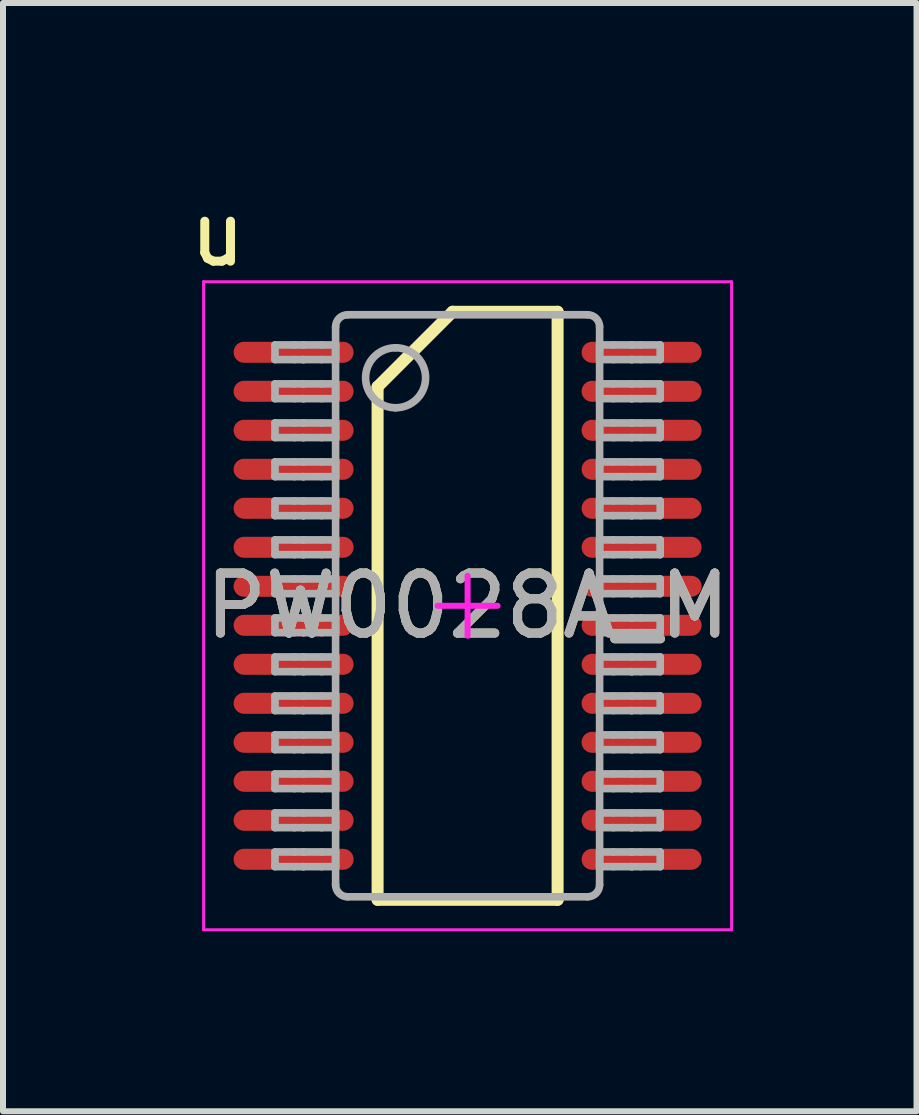
<source format=kicad_pcb>
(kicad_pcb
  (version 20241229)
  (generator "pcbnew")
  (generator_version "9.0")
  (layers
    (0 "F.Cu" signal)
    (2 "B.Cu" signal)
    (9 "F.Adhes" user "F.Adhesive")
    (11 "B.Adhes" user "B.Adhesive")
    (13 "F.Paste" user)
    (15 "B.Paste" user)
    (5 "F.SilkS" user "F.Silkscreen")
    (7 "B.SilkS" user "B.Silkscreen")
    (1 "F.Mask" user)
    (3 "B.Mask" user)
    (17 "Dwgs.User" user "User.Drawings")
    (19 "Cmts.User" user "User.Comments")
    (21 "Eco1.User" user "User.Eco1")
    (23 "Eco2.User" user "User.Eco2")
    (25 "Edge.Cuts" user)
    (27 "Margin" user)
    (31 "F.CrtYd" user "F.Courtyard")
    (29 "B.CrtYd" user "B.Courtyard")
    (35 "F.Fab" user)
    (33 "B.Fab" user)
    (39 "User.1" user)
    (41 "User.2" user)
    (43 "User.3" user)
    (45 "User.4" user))
  (footprint "PW0028A_M"
    (layer "F.Cu")
    (at 4.743 7.046)
    (property "Reference" "PW0028A_M" (at 0 0 0) (unlocked yes) (layer "F.SilkS") (effects (font (size 1 1) (thickness 0.15))))
    (attr smd)
    (fp_line (start -1.5 -3.65) (end -0.25 -4.9) (stroke (width 0.2) (type solid)) (layer "F.SilkS"))
    (fp_line (start -1.5 4.9) (end -1.5 -3.65) (stroke (width 0.2) (type solid)) (layer "F.SilkS"))
    (fp_line (start -1.5 4.9) (end 1.5 4.9) (stroke (width 0.2) (type solid)) (layer "F.SilkS"))
    (fp_line (start -0.25 -4.9) (end 1.5 -4.9) (stroke (width 0.2) (type solid)) (layer "F.SilkS"))
    (fp_line (start 1.5 4.9) (end 1.5 -4.9) (stroke (width 0.2) (type solid)) (layer "F.SilkS"))
    (fp_line (start -4.4 -5.4) (end 4.4 -5.4) (stroke (width 0.05) (type solid)) (layer "F.CrtYd"))
    (fp_line (start -4.4 5.4) (end -4.4 -5.4) (stroke (width 0.05) (type solid)) (layer "F.CrtYd"))
    (fp_line (start -4.4 5.4) (end 4.4 5.4) (stroke (width 0.05) (type solid)) (layer "F.CrtYd"))
    (fp_line (start -0.5 0) (end 0.5 0) (stroke (width 0.1) (type solid)) (layer "F.CrtYd"))
    (fp_line (start 0 0.5) (end 0 -0.5) (stroke (width 0.1) (type solid)) (layer "F.CrtYd"))
    (fp_line (start 4.4 5.4) (end 4.4 -5.4) (stroke (width 0.05) (type solid)) (layer "F.CrtYd"))
    (fp_line (start -3.21 -4.347) (end -2.887 -4.347) (stroke (width 0.127) (type solid)) (layer "F.Fab"))
    (fp_line (start -3.21 -4.103) (end -3.21 -4.347) (stroke (width 0.127) (type solid)) (layer "F.Fab"))
    (fp_line (start -3.21 -4.103) (end -2.887 -4.103) (stroke (width 0.127) (type solid)) (layer "F.Fab"))
    (fp_line (start -3.21 -3.698) (end -2.887 -3.698) (stroke (width 0.127) (type solid)) (layer "F.Fab"))
    (fp_line (start -3.21 -3.452) (end -3.21 -3.698) (stroke (width 0.127) (type solid)) (layer "F.Fab"))
    (fp_line (start -3.21 -3.452) (end -2.887 -3.452) (stroke (width 0.127) (type solid)) (layer "F.Fab"))
    (fp_line (start -3.21 -3.047) (end -2.887 -3.047) (stroke (width 0.127) (type solid)) (layer "F.Fab"))
    (fp_line (start -3.21 -2.803) (end -3.21 -3.047) (stroke (width 0.127) (type solid)) (layer "F.Fab"))
    (fp_line (start -3.21 -2.803) (end -2.887 -2.803) (stroke (width 0.127) (type solid)) (layer "F.Fab"))
    (fp_line (start -3.21 -2.398) (end -2.887 -2.398) (stroke (width 0.127) (type solid)) (layer "F.Fab"))
    (fp_line (start -3.21 -2.152) (end -3.21 -2.398) (stroke (width 0.127) (type solid)) (layer "F.Fab"))
    (fp_line (start -3.21 -2.152) (end -2.887 -2.152) (stroke (width 0.127) (type solid)) (layer "F.Fab"))
    (fp_line (start -3.21 -1.747) (end -2.887 -1.747) (stroke (width 0.127) (type solid)) (layer "F.Fab"))
    (fp_line (start -3.21 -1.502) (end -3.21 -1.747) (stroke (width 0.127) (type solid)) (layer "F.Fab"))
    (fp_line (start -3.21 -1.502) (end -2.887 -1.502) (stroke (width 0.127) (type solid)) (layer "F.Fab"))
    (fp_line (start -3.21 -1.098) (end -2.887 -1.098) (stroke (width 0.127) (type solid)) (layer "F.Fab"))
    (fp_line (start -3.21 -0.852) (end -3.21 -1.098) (stroke (width 0.127) (type solid)) (layer "F.Fab"))
    (fp_line (start -3.21 -0.852) (end -2.887 -0.852) (stroke (width 0.127) (type solid)) (layer "F.Fab"))
    (fp_line (start -3.21 -0.447) (end -2.887 -0.447) (stroke (width 0.127) (type solid)) (layer "F.Fab"))
    (fp_line (start -3.21 -0.202) (end -3.21 -0.447) (stroke (width 0.127) (type solid)) (layer "F.Fab"))
    (fp_line (start -3.21 -0.202) (end -2.887 -0.202) (stroke (width 0.127) (type solid)) (layer "F.Fab"))
    (fp_line (start -3.21 0.203) (end -2.887 0.203) (stroke (width 0.127) (type solid)) (layer "F.Fab"))
    (fp_line (start -3.21 0.448) (end -3.21 0.203) (stroke (width 0.127) (type solid)) (layer "F.Fab"))
    (fp_line (start -3.21 0.448) (end -2.887 0.448) (stroke (width 0.127) (type solid)) (layer "F.Fab"))
    (fp_line (start -3.21 0.853) (end -2.887 0.853) (stroke (width 0.127) (type solid)) (layer "F.Fab"))
    (fp_line (start -3.21 1.098) (end -3.21 0.853) (stroke (width 0.127) (type solid)) (layer "F.Fab"))
    (fp_line (start -3.21 1.098) (end -2.887 1.098) (stroke (width 0.127) (type solid)) (layer "F.Fab"))
    (fp_line (start -3.21 1.503) (end -2.887 1.503) (stroke (width 0.127) (type solid)) (layer "F.Fab"))
    (fp_line (start -3.21 1.747) (end -3.21 1.503) (stroke (width 0.127) (type solid)) (layer "F.Fab"))
    (fp_line (start -3.21 1.747) (end -2.887 1.747) (stroke (width 0.127) (type solid)) (layer "F.Fab"))
    (fp_line (start -3.21 2.152) (end -2.887 2.152) (stroke (width 0.127) (type solid)) (layer "F.Fab"))
    (fp_line (start -3.21 2.398) (end -3.21 2.152) (stroke (width 0.127) (type solid)) (layer "F.Fab"))
    (fp_line (start -3.21 2.398) (end -2.887 2.398) (stroke (width 0.127) (type solid)) (layer "F.Fab"))
    (fp_line (start -3.21 2.803) (end -2.887 2.803) (stroke (width 0.127) (type solid)) (layer "F.Fab"))
    (fp_line (start -3.21 3.047) (end -3.21 2.803) (stroke (width 0.127) (type solid)) (layer "F.Fab"))
    (fp_line (start -3.21 3.047) (end -2.887 3.047) (stroke (width 0.127) (type solid)) (layer "F.Fab"))
    (fp_line (start -3.21 3.452) (end -2.887 3.452) (stroke (width 0.127) (type solid)) (layer "F.Fab"))
    (fp_line (start -3.21 3.698) (end -3.21 3.452) (stroke (width 0.127) (type solid)) (layer "F.Fab"))
    (fp_line (start -3.21 3.698) (end -2.887 3.698) (stroke (width 0.127) (type solid)) (layer "F.Fab"))
    (fp_line (start -3.21 4.103) (end -2.887 4.103) (stroke (width 0.127) (type solid)) (layer "F.Fab"))
    (fp_line (start -3.21 4.348) (end -3.21 4.103) (stroke (width 0.127) (type solid)) (layer "F.Fab"))
    (fp_line (start -3.21 4.348) (end -2.887 4.348) (stroke (width 0.127) (type solid)) (layer "F.Fab"))
    (fp_line (start -2.887 -4.347) (end -2.739 -4.347) (stroke (width 0.127) (type solid)) (layer "F.Fab"))
    (fp_line (start -2.887 -4.103) (end -2.739 -4.103) (stroke (width 0.127) (type solid)) (layer "F.Fab"))
    (fp_line (start -2.887 -3.698) (end -2.739 -3.698) (stroke (width 0.127) (type solid)) (layer "F.Fab"))
    (fp_line (start -2.887 -3.452) (end -2.739 -3.452) (stroke (width 0.127) (type solid)) (layer "F.Fab"))
    (fp_line (start -2.887 -3.047) (end -2.739 -3.047) (stroke (width 0.127) (type solid)) (layer "F.Fab"))
    (fp_line (start -2.887 -2.803) (end -2.739 -2.803) (stroke (width 0.127) (type solid)) (layer "F.Fab"))
    (fp_line (start -2.887 -2.398) (end -2.739 -2.398) (stroke (width 0.127) (type solid)) (layer "F.Fab"))
    (fp_line (start -2.887 -2.152) (end -2.739 -2.152) (stroke (width 0.127) (type solid)) (layer "F.Fab"))
    (fp_line (start -2.887 -1.747) (end -2.739 -1.747) (stroke (width 0.127) (type solid)) (layer "F.Fab"))
    (fp_line (start -2.887 -1.502) (end -2.739 -1.502) (stroke (width 0.127) (type solid)) (layer "F.Fab"))
    (fp_line (start -2.887 -1.098) (end -2.739 -1.098) (stroke (width 0.127) (type solid)) (layer "F.Fab"))
    (fp_line (start -2.887 -0.852) (end -2.739 -0.852) (stroke (width 0.127) (type solid)) (layer "F.Fab"))
    (fp_line (start -2.887 -0.447) (end -2.739 -0.447) (stroke (width 0.127) (type solid)) (layer "F.Fab"))
    (fp_line (start -2.887 -0.202) (end -2.739 -0.202) (stroke (width 0.127) (type solid)) (layer "F.Fab"))
    (fp_line (start -2.887 0.203) (end -2.739 0.203) (stroke (width 0.127) (type solid)) (layer "F.Fab"))
    (fp_line (start -2.887 0.448) (end -2.739 0.448) (stroke (width 0.127) (type solid)) (layer "F.Fab"))
    (fp_line (start -2.887 0.853) (end -2.739 0.853) (stroke (width 0.127) (type solid)) (layer "F.Fab"))
    (fp_line (start -2.887 1.098) (end -2.739 1.098) (stroke (width 0.127) (type solid)) (layer "F.Fab"))
    (fp_line (start -2.887 1.503) (end -2.739 1.503) (stroke (width 0.127) (type solid)) (layer "F.Fab"))
    (fp_line (start -2.887 1.747) (end -2.739 1.747) (stroke (width 0.127) (type solid)) (layer "F.Fab"))
    (fp_line (start -2.887 2.152) (end -2.739 2.152) (stroke (width 0.127) (type solid)) (layer "F.Fab"))
    (fp_line (start -2.887 2.398) (end -2.739 2.398) (stroke (width 0.127) (type solid)) (layer "F.Fab"))
    (fp_line (start -2.887 2.803) (end -2.739 2.803) (stroke (width 0.127) (type solid)) (layer "F.Fab"))
    (fp_line (start -2.887 3.047) (end -2.739 3.047) (stroke (width 0.127) (type solid)) (layer "F.Fab"))
    (fp_line (start -2.887 3.452) (end -2.739 3.452) (stroke (width 0.127) (type solid)) (layer "F.Fab"))
    (fp_line (start -2.887 3.698) (end -2.739 3.698) (stroke (width 0.127) (type solid)) (layer "F.Fab"))
    (fp_line (start -2.887 4.103) (end -2.739 4.103) (stroke (width 0.127) (type solid)) (layer "F.Fab"))
    (fp_line (start -2.887 4.348) (end -2.739 4.348) (stroke (width 0.127) (type solid)) (layer "F.Fab"))
    (fp_line (start -2.739 -4.347) (end -2.733 -4.347) (stroke (width 0.127) (type solid)) (layer "F.Fab"))
    (fp_line (start -2.739 -4.103) (end -2.733 -4.103) (stroke (width 0.127) (type solid)) (layer "F.Fab"))
    (fp_line (start -2.739 -3.698) (end -2.733 -3.698) (stroke (width 0.127) (type solid)) (layer "F.Fab"))
    (fp_line (start -2.739 -3.452) (end -2.733 -3.452) (stroke (width 0.127) (type solid)) (layer "F.Fab"))
    (fp_line (start -2.739 -3.047) (end -2.733 -3.047) (stroke (width 0.127) (type solid)) (layer "F.Fab"))
    (fp_line (start -2.739 -2.803) (end -2.733 -2.803) (stroke (width 0.127) (type solid)) (layer "F.Fab"))
    (fp_line (start -2.739 -2.398) (end -2.733 -2.398) (stroke (width 0.127) (type solid)) (layer "F.Fab"))
    (fp_line (start -2.739 -2.152) (end -2.733 -2.152) (stroke (width 0.127) (type solid)) (layer "F.Fab"))
    (fp_line (start -2.739 -1.747) (end -2.733 -1.747) (stroke (width 0.127) (type solid)) (layer "F.Fab"))
    (fp_line (start -2.739 -1.502) (end -2.733 -1.502) (stroke (width 0.127) (type solid)) (layer "F.Fab"))
    (fp_line (start -2.739 -1.098) (end -2.733 -1.098) (stroke (width 0.127) (type solid)) (layer "F.Fab"))
    (fp_line (start -2.739 -0.852) (end -2.733 -0.852) (stroke (width 0.127) (type solid)) (layer "F.Fab"))
    (fp_line (start -2.739 -0.447) (end -2.733 -0.447) (stroke (width 0.127) (type solid)) (layer "F.Fab"))
    (fp_line (start -2.739 -0.202) (end -2.733 -0.202) (stroke (width 0.127) (type solid)) (layer "F.Fab"))
    (fp_line (start -2.739 0.203) (end -2.733 0.203) (stroke (width 0.127) (type solid)) (layer "F.Fab"))
    (fp_line (start -2.739 0.448) (end -2.733 0.448) (stroke (width 0.127) (type solid)) (layer "F.Fab"))
    (fp_line (start -2.739 0.853) (end -2.733 0.853) (stroke (width 0.127) (type solid)) (layer "F.Fab"))
    (fp_line (start -2.739 1.098) (end -2.733 1.098) (stroke (width 0.127) (type solid)) (layer "F.Fab"))
    (fp_line (start -2.739 1.503) (end -2.733 1.503) (stroke (width 0.127) (type solid)) (layer "F.Fab"))
    (fp_line (start -2.739 1.747) (end -2.733 1.747) (stroke (width 0.127) (type solid)) (layer "F.Fab"))
    (fp_line (start -2.739 2.152) (end -2.733 2.152) (stroke (width 0.127) (type solid)) (layer "F.Fab"))
    (fp_line (start -2.739 2.398) (end -2.733 2.398) (stroke (width 0.127) (type solid)) (layer "F.Fab"))
    (fp_line (start -2.739 2.803) (end -2.733 2.803) (stroke (width 0.127) (type solid)) (layer "F.Fab"))
    (fp_line (start -2.739 3.047) (end -2.733 3.047) (stroke (width 0.127) (type solid)) (layer "F.Fab"))
    (fp_line (start -2.739 3.452) (end -2.733 3.452) (stroke (width 0.127) (type solid)) (layer "F.Fab"))
    (fp_line (start -2.739 3.698) (end -2.733 3.698) (stroke (width 0.127) (type solid)) (layer "F.Fab"))
    (fp_line (start -2.739 4.103) (end -2.733 4.103) (stroke (width 0.127) (type solid)) (layer "F.Fab"))
    (fp_line (start -2.739 4.348) (end -2.733 4.348) (stroke (width 0.127) (type solid)) (layer "F.Fab"))
    (fp_line (start -2.733 -4.347) (end -2.431 -4.347) (stroke (width 0.127) (type solid)) (layer "F.Fab"))
    (fp_line (start -2.733 -4.103) (end -2.431 -4.103) (stroke (width 0.127) (type solid)) (layer "F.Fab"))
    (fp_line (start -2.733 -3.698) (end -2.431 -3.698) (stroke (width 0.127) (type solid)) (layer "F.Fab"))
    (fp_line (start -2.733 -3.452) (end -2.431 -3.452) (stroke (width 0.127) (type solid)) (layer "F.Fab"))
    (fp_line (start -2.733 -3.047) (end -2.431 -3.047) (stroke (width 0.127) (type solid)) (layer "F.Fab"))
    (fp_line (start -2.733 -2.803) (end -2.431 -2.803) (stroke (width 0.127) (type solid)) (layer "F.Fab"))
    (fp_line (start -2.733 -2.398) (end -2.431 -2.398) (stroke (width 0.127) (type solid)) (layer "F.Fab"))
    (fp_line (start -2.733 -2.152) (end -2.431 -2.152) (stroke (width 0.127) (type solid)) (layer "F.Fab"))
    (fp_line (start -2.733 -1.747) (end -2.431 -1.747) (stroke (width 0.127) (type solid)) (layer "F.Fab"))
    (fp_line (start -2.733 -1.502) (end -2.431 -1.502) (stroke (width 0.127) (type solid)) (layer "F.Fab"))
    (fp_line (start -2.733 -1.098) (end -2.431 -1.098) (stroke (width 0.127) (type solid)) (layer "F.Fab"))
    (fp_line (start -2.733 -0.852) (end -2.431 -0.852) (stroke (width 0.127) (type solid)) (layer "F.Fab"))
    (fp_line (start -2.733 -0.447) (end -2.431 -0.447) (stroke (width 0.127) (type solid)) (layer "F.Fab"))
    (fp_line (start -2.733 -0.202) (end -2.431 -0.202) (stroke (width 0.127) (type solid)) (layer "F.Fab"))
    (fp_line (start -2.733 0.203) (end -2.431 0.203) (stroke (width 0.127) (type solid)) (layer "F.Fab"))
    (fp_line (start -2.733 0.448) (end -2.431 0.448) (stroke (width 0.127) (type solid)) (layer "F.Fab"))
    (fp_line (start -2.733 0.853) (end -2.431 0.853) (stroke (width 0.127) (type solid)) (layer "F.Fab"))
    (fp_line (start -2.733 1.098) (end -2.431 1.098) (stroke (width 0.127) (type solid)) (layer "F.Fab"))
    (fp_line (start -2.733 1.503) (end -2.431 1.503) (stroke (width 0.127) (type solid)) (layer "F.Fab"))
    (fp_line (start -2.733 1.747) (end -2.431 1.747) (stroke (width 0.127) (type solid)) (layer "F.Fab"))
    (fp_line (start -2.733 2.152) (end -2.431 2.152) (stroke (width 0.127) (type solid)) (layer "F.Fab"))
    (fp_line (start -2.733 2.398) (end -2.431 2.398) (stroke (width 0.127) (type solid)) (layer "F.Fab"))
    (fp_line (start -2.733 2.803) (end -2.431 2.803) (stroke (width 0.127) (type solid)) (layer "F.Fab"))
    (fp_line (start -2.733 3.047) (end -2.431 3.047) (stroke (width 0.127) (type solid)) (layer "F.Fab"))
    (fp_line (start -2.733 3.452) (end -2.431 3.452) (stroke (width 0.127) (type solid)) (layer "F.Fab"))
    (fp_line (start -2.733 3.698) (end -2.431 3.698) (stroke (width 0.127) (type solid)) (layer "F.Fab"))
    (fp_line (start -2.733 4.103) (end -2.431 4.103) (stroke (width 0.127) (type solid)) (layer "F.Fab"))
    (fp_line (start -2.733 4.348) (end -2.431 4.348) (stroke (width 0.127) (type solid)) (layer "F.Fab"))
    (fp_line (start -2.431 -4.347) (end -2.2 -4.347) (stroke (width 0.127) (type solid)) (layer "F.Fab"))
    (fp_line (start -2.431 -4.103) (end -2.2 -4.103) (stroke (width 0.127) (type solid)) (layer "F.Fab"))
    (fp_line (start -2.431 -3.698) (end -2.2 -3.698) (stroke (width 0.127) (type solid)) (layer "F.Fab"))
    (fp_line (start -2.431 -3.452) (end -2.2 -3.452) (stroke (width 0.127) (type solid)) (layer "F.Fab"))
    (fp_line (start -2.431 -3.047) (end -2.2 -3.047) (stroke (width 0.127) (type solid)) (layer "F.Fab"))
    (fp_line (start -2.431 -2.803) (end -2.2 -2.803) (stroke (width 0.127) (type solid)) (layer "F.Fab"))
    (fp_line (start -2.431 -2.398) (end -2.2 -2.398) (stroke (width 0.127) (type solid)) (layer "F.Fab"))
    (fp_line (start -2.431 -2.152) (end -2.2 -2.152) (stroke (width 0.127) (type solid)) (layer "F.Fab"))
    (fp_line (start -2.431 -1.747) (end -2.2 -1.747) (stroke (width 0.127) (type solid)) (layer "F.Fab"))
    (fp_line (start -2.431 -1.502) (end -2.2 -1.502) (stroke (width 0.127) (type solid)) (layer "F.Fab"))
    (fp_line (start -2.431 -1.098) (end -2.2 -1.098) (stroke (width 0.127) (type solid)) (layer "F.Fab"))
    (fp_line (start -2.431 -0.852) (end -2.2 -0.852) (stroke (width 0.127) (type solid)) (layer "F.Fab"))
    (fp_line (start -2.431 -0.447) (end -2.2 -0.447) (stroke (width 0.127) (type solid)) (layer "F.Fab"))
    (fp_line (start -2.431 -0.202) (end -2.2 -0.202) (stroke (width 0.127) (type solid)) (layer "F.Fab"))
    (fp_line (start -2.431 0.203) (end -2.2 0.203) (stroke (width 0.127) (type solid)) (layer "F.Fab"))
    (fp_line (start -2.431 0.448) (end -2.2 0.448) (stroke (width 0.127) (type solid)) (layer "F.Fab"))
    (fp_line (start -2.431 0.853) (end -2.2 0.853) (stroke (width 0.127) (type solid)) (layer "F.Fab"))
    (fp_line (start -2.431 1.098) (end -2.2 1.098) (stroke (width 0.127) (type solid)) (layer "F.Fab"))
    (fp_line (start -2.431 1.503) (end -2.2 1.503) (stroke (width 0.127) (type solid)) (layer "F.Fab"))
    (fp_line (start -2.431 1.747) (end -2.2 1.747) (stroke (width 0.127) (type solid)) (layer "F.Fab"))
    (fp_line (start -2.431 2.152) (end -2.2 2.152) (stroke (width 0.127) (type solid)) (layer "F.Fab"))
    (fp_line (start -2.431 2.398) (end -2.2 2.398) (stroke (width 0.127) (type solid)) (layer "F.Fab"))
    (fp_line (start -2.431 2.803) (end -2.2 2.803) (stroke (width 0.127) (type solid)) (layer "F.Fab"))
    (fp_line (start -2.431 3.047) (end -2.2 3.047) (stroke (width 0.127) (type solid)) (layer "F.Fab"))
    (fp_line (start -2.431 3.452) (end -2.2 3.452) (stroke (width 0.127) (type solid)) (layer "F.Fab"))
    (fp_line (start -2.431 3.698) (end -2.2 3.698) (stroke (width 0.127) (type solid)) (layer "F.Fab"))
    (fp_line (start -2.431 4.103) (end -2.2 4.103) (stroke (width 0.127) (type solid)) (layer "F.Fab"))
    (fp_line (start -2.431 4.348) (end -2.2 4.348) (stroke (width 0.127) (type solid)) (layer "F.Fab"))
    (fp_line (start -2.2 -4.103) (end -2.2 -4.347) (stroke (width 0.127) (type solid)) (layer "F.Fab"))
    (fp_line (start -2.2 -3.452) (end -2.2 -3.698) (stroke (width 0.127) (type solid)) (layer "F.Fab"))
    (fp_line (start -2.2 -2.803) (end -2.2 -3.047) (stroke (width 0.127) (type solid)) (layer "F.Fab"))
    (fp_line (start -2.2 -2.152) (end -2.2 -2.398) (stroke (width 0.127) (type solid)) (layer "F.Fab"))
    (fp_line (start -2.2 -1.502) (end -2.2 -1.747) (stroke (width 0.127) (type solid)) (layer "F.Fab"))
    (fp_line (start -2.2 -0.852) (end -2.2 -1.098) (stroke (width 0.127) (type solid)) (layer "F.Fab"))
    (fp_line (start -2.2 -0.202) (end -2.2 -0.447) (stroke (width 0.127) (type solid)) (layer "F.Fab"))
    (fp_line (start -2.2 0.448) (end -2.2 0.203) (stroke (width 0.127) (type solid)) (layer "F.Fab"))
    (fp_line (start -2.2 1.098) (end -2.2 0.853) (stroke (width 0.127) (type solid)) (layer "F.Fab"))
    (fp_line (start -2.2 1.747) (end -2.2 1.503) (stroke (width 0.127) (type solid)) (layer "F.Fab"))
    (fp_line (start -2.2 2.398) (end -2.2 2.152) (stroke (width 0.127) (type solid)) (layer "F.Fab"))
    (fp_line (start -2.2 3.047) (end -2.2 2.803) (stroke (width 0.127) (type solid)) (layer "F.Fab"))
    (fp_line (start -2.2 3.698) (end -2.2 3.452) (stroke (width 0.127) (type solid)) (layer "F.Fab"))
    (fp_line (start -2.2 4.348) (end -2.2 4.103) (stroke (width 0.127) (type solid)) (layer "F.Fab"))
    (fp_line (start -2.2 4.65) (end -2.2 -4.65) (stroke (width 0.127) (type solid)) (layer "F.Fab"))
    (fp_line (start -2 -4.85) (end 2 -4.85) (stroke (width 0.127) (type solid)) (layer "F.Fab"))
    (fp_line (start -2 4.85) (end 2 4.85) (stroke (width 0.127) (type solid)) (layer "F.Fab"))
    (fp_line (start 2.2 -4.347) (end 2.43 -4.347) (stroke (width 0.127) (type solid)) (layer "F.Fab"))
    (fp_line (start 2.2 -4.103) (end 2.2 -4.347) (stroke (width 0.127) (type solid)) (layer "F.Fab"))
    (fp_line (start 2.2 -4.103) (end 2.43 -4.103) (stroke (width 0.127) (type solid)) (layer "F.Fab"))
    (fp_line (start 2.2 -3.698) (end 2.43 -3.698) (stroke (width 0.127) (type solid)) (layer "F.Fab"))
    (fp_line (start 2.2 -3.452) (end 2.2 -3.698) (stroke (width 0.127) (type solid)) (layer "F.Fab"))
    (fp_line (start 2.2 -3.452) (end 2.43 -3.452) (stroke (width 0.127) (type solid)) (layer "F.Fab"))
    (fp_line (start 2.2 -3.047) (end 2.43 -3.047) (stroke (width 0.127) (type solid)) (layer "F.Fab"))
    (fp_line (start 2.2 -2.803) (end 2.2 -3.047) (stroke (width 0.127) (type solid)) (layer "F.Fab"))
    (fp_line (start 2.2 -2.803) (end 2.43 -2.803) (stroke (width 0.127) (type solid)) (layer "F.Fab"))
    (fp_line (start 2.2 -2.398) (end 2.43 -2.398) (stroke (width 0.127) (type solid)) (layer "F.Fab"))
    (fp_line (start 2.2 -2.152) (end 2.2 -2.398) (stroke (width 0.127) (type solid)) (layer "F.Fab"))
    (fp_line (start 2.2 -2.152) (end 2.43 -2.152) (stroke (width 0.127) (type solid)) (layer "F.Fab"))
    (fp_line (start 2.2 -1.747) (end 2.43 -1.747) (stroke (width 0.127) (type solid)) (layer "F.Fab"))
    (fp_line (start 2.2 -1.502) (end 2.2 -1.747) (stroke (width 0.127) (type solid)) (layer "F.Fab"))
    (fp_line (start 2.2 -1.502) (end 2.43 -1.502) (stroke (width 0.127) (type solid)) (layer "F.Fab"))
    (fp_line (start 2.2 -1.098) (end 2.43 -1.098) (stroke (width 0.127) (type solid)) (layer "F.Fab"))
    (fp_line (start 2.2 -0.852) (end 2.2 -1.098) (stroke (width 0.127) (type solid)) (layer "F.Fab"))
    (fp_line (start 2.2 -0.852) (end 2.43 -0.852) (stroke (width 0.127) (type solid)) (layer "F.Fab"))
    (fp_line (start 2.2 -0.447) (end 2.43 -0.447) (stroke (width 0.127) (type solid)) (layer "F.Fab"))
    (fp_line (start 2.2 -0.202) (end 2.2 -0.447) (stroke (width 0.127) (type solid)) (layer "F.Fab"))
    (fp_line (start 2.2 -0.202) (end 2.43 -0.202) (stroke (width 0.127) (type solid)) (layer "F.Fab"))
    (fp_line (start 2.2 0.203) (end 2.43 0.203) (stroke (width 0.127) (type solid)) (layer "F.Fab"))
    (fp_line (start 2.2 0.448) (end 2.2 0.203) (stroke (width 0.127) (type solid)) (layer "F.Fab"))
    (fp_line (start 2.2 0.448) (end 2.43 0.448) (stroke (width 0.127) (type solid)) (layer "F.Fab"))
    (fp_line (start 2.2 0.853) (end 2.43 0.853) (stroke (width 0.127) (type solid)) (layer "F.Fab"))
    (fp_line (start 2.2 1.098) (end 2.2 0.853) (stroke (width 0.127) (type solid)) (layer "F.Fab"))
    (fp_line (start 2.2 1.098) (end 2.43 1.098) (stroke (width 0.127) (type solid)) (layer "F.Fab"))
    (fp_line (start 2.2 1.503) (end 2.43 1.503) (stroke (width 0.127) (type solid)) (layer "F.Fab"))
    (fp_line (start 2.2 1.747) (end 2.2 1.503) (stroke (width 0.127) (type solid)) (layer "F.Fab"))
    (fp_line (start 2.2 1.747) (end 2.43 1.747) (stroke (width 0.127) (type solid)) (layer "F.Fab"))
    (fp_line (start 2.2 2.152) (end 2.43 2.152) (stroke (width 0.127) (type solid)) (layer "F.Fab"))
    (fp_line (start 2.2 2.398) (end 2.2 2.152) (stroke (width 0.127) (type solid)) (layer "F.Fab"))
    (fp_line (start 2.2 2.398) (end 2.43 2.398) (stroke (width 0.127) (type solid)) (layer "F.Fab"))
    (fp_line (start 2.2 2.803) (end 2.43 2.803) (stroke (width 0.127) (type solid)) (layer "F.Fab"))
    (fp_line (start 2.2 3.047) (end 2.2 2.803) (stroke (width 0.127) (type solid)) (layer "F.Fab"))
    (fp_line (start 2.2 3.047) (end 2.43 3.047) (stroke (width 0.127) (type solid)) (layer "F.Fab"))
    (fp_line (start 2.2 3.452) (end 2.43 3.452) (stroke (width 0.127) (type solid)) (layer "F.Fab"))
    (fp_line (start 2.2 3.698) (end 2.2 3.452) (stroke (width 0.127) (type solid)) (layer "F.Fab"))
    (fp_line (start 2.2 3.698) (end 2.43 3.698) (stroke (width 0.127) (type solid)) (layer "F.Fab"))
    (fp_line (start 2.2 4.103) (end 2.43 4.103) (stroke (width 0.127) (type solid)) (layer "F.Fab"))
    (fp_line (start 2.2 4.348) (end 2.2 4.103) (stroke (width 0.127) (type solid)) (layer "F.Fab"))
    (fp_line (start 2.2 4.348) (end 2.43 4.348) (stroke (width 0.127) (type solid)) (layer "F.Fab"))
    (fp_line (start 2.2 4.65) (end 2.2 -4.65) (stroke (width 0.127) (type solid)) (layer "F.Fab"))
    (fp_line (start 2.43 -4.347) (end 2.733 -4.347) (stroke (width 0.127) (type solid)) (layer "F.Fab"))
    (fp_line (start 2.43 -4.103) (end 2.733 -4.103) (stroke (width 0.127) (type solid)) (layer "F.Fab"))
    (fp_line (start 2.43 -3.698) (end 2.733 -3.698) (stroke (width 0.127) (type solid)) (layer "F.Fab"))
    (fp_line (start 2.43 -3.452) (end 2.733 -3.452) (stroke (width 0.127) (type solid)) (layer "F.Fab"))
    (fp_line (start 2.43 -3.047) (end 2.733 -3.047) (stroke (width 0.127) (type solid)) (layer "F.Fab"))
    (fp_line (start 2.43 -2.803) (end 2.733 -2.803) (stroke (width 0.127) (type solid)) (layer "F.Fab"))
    (fp_line (start 2.43 -2.398) (end 2.733 -2.398) (stroke (width 0.127) (type solid)) (layer "F.Fab"))
    (fp_line (start 2.43 -2.152) (end 2.733 -2.152) (stroke (width 0.127) (type solid)) (layer "F.Fab"))
    (fp_line (start 2.43 -1.747) (end 2.733 -1.747) (stroke (width 0.127) (type solid)) (layer "F.Fab"))
    (fp_line (start 2.43 -1.502) (end 2.733 -1.502) (stroke (width 0.127) (type solid)) (layer "F.Fab"))
    (fp_line (start 2.43 -1.098) (end 2.733 -1.098) (stroke (width 0.127) (type solid)) (layer "F.Fab"))
    (fp_line (start 2.43 -0.852) (end 2.733 -0.852) (stroke (width 0.127) (type solid)) (layer "F.Fab"))
    (fp_line (start 2.43 -0.447) (end 2.733 -0.447) (stroke (width 0.127) (type solid)) (layer "F.Fab"))
    (fp_line (start 2.43 -0.202) (end 2.733 -0.202) (stroke (width 0.127) (type solid)) (layer "F.Fab"))
    (fp_line (start 2.43 0.203) (end 2.733 0.203) (stroke (width 0.127) (type solid)) (layer "F.Fab"))
    (fp_line (start 2.43 0.448) (end 2.733 0.448) (stroke (width 0.127) (type solid)) (layer "F.Fab"))
    (fp_line (start 2.43 0.853) (end 2.733 0.853) (stroke (width 0.127) (type solid)) (layer "F.Fab"))
    (fp_line (start 2.43 1.098) (end 2.733 1.098) (stroke (width 0.127) (type solid)) (layer "F.Fab"))
    (fp_line (start 2.43 1.503) (end 2.733 1.503) (stroke (width 0.127) (type solid)) (layer "F.Fab"))
    (fp_line (start 2.43 1.747) (end 2.733 1.747) (stroke (width 0.127) (type solid)) (layer "F.Fab"))
    (fp_line (start 2.43 2.152) (end 2.733 2.152) (stroke (width 0.127) (type solid)) (layer "F.Fab"))
    (fp_line (start 2.43 2.398) (end 2.733 2.398) (stroke (width 0.127) (type solid)) (layer "F.Fab"))
    (fp_line (start 2.43 2.803) (end 2.733 2.803) (stroke (width 0.127) (type solid)) (layer "F.Fab"))
    (fp_line (start 2.43 3.047) (end 2.733 3.047) (stroke (width 0.127) (type solid)) (layer "F.Fab"))
    (fp_line (start 2.43 3.452) (end 2.733 3.452) (stroke (width 0.127) (type solid)) (layer "F.Fab"))
    (fp_line (start 2.43 3.698) (end 2.733 3.698) (stroke (width 0.127) (type solid)) (layer "F.Fab"))
    (fp_line (start 2.43 4.103) (end 2.733 4.103) (stroke (width 0.127) (type solid)) (layer "F.Fab"))
    (fp_line (start 2.43 4.348) (end 2.733 4.348) (stroke (width 0.127) (type solid)) (layer "F.Fab"))
    (fp_line (start 2.733 -4.347) (end 2.739 -4.347) (stroke (width 0.127) (type solid)) (layer "F.Fab"))
    (fp_line (start 2.733 -4.103) (end 2.739 -4.103) (stroke (width 0.127) (type solid)) (layer "F.Fab"))
    (fp_line (start 2.733 -3.698) (end 2.739 -3.698) (stroke (width 0.127) (type solid)) (layer "F.Fab"))
    (fp_line (start 2.733 -3.452) (end 2.739 -3.452) (stroke (width 0.127) (type solid)) (layer "F.Fab"))
    (fp_line (start 2.733 -3.047) (end 2.739 -3.047) (stroke (width 0.127) (type solid)) (layer "F.Fab"))
    (fp_line (start 2.733 -2.803) (end 2.739 -2.803) (stroke (width 0.127) (type solid)) (layer "F.Fab"))
    (fp_line (start 2.733 -2.398) (end 2.739 -2.398) (stroke (width 0.127) (type solid)) (layer "F.Fab"))
    (fp_line (start 2.733 -2.152) (end 2.739 -2.152) (stroke (width 0.127) (type solid)) (layer "F.Fab"))
    (fp_line (start 2.733 -1.747) (end 2.739 -1.747) (stroke (width 0.127) (type solid)) (layer "F.Fab"))
    (fp_line (start 2.733 -1.502) (end 2.739 -1.502) (stroke (width 0.127) (type solid)) (layer "F.Fab"))
    (fp_line (start 2.733 -1.098) (end 2.739 -1.098) (stroke (width 0.127) (type solid)) (layer "F.Fab"))
    (fp_line (start 2.733 -0.852) (end 2.739 -0.852) (stroke (width 0.127) (type solid)) (layer "F.Fab"))
    (fp_line (start 2.733 -0.447) (end 2.739 -0.447) (stroke (width 0.127) (type solid)) (layer "F.Fab"))
    (fp_line (start 2.733 -0.202) (end 2.739 -0.202) (stroke (width 0.127) (type solid)) (layer "F.Fab"))
    (fp_line (start 2.733 0.203) (end 2.739 0.203) (stroke (width 0.127) (type solid)) (layer "F.Fab"))
    (fp_line (start 2.733 0.448) (end 2.739 0.448) (stroke (width 0.127) (type solid)) (layer "F.Fab"))
    (fp_line (start 2.733 0.853) (end 2.739 0.853) (stroke (width 0.127) (type solid)) (layer "F.Fab"))
    (fp_line (start 2.733 1.098) (end 2.739 1.098) (stroke (width 0.127) (type solid)) (layer "F.Fab"))
    (fp_line (start 2.733 1.503) (end 2.739 1.503) (stroke (width 0.127) (type solid)) (layer "F.Fab"))
    (fp_line (start 2.733 1.747) (end 2.739 1.747) (stroke (width 0.127) (type solid)) (layer "F.Fab"))
    (fp_line (start 2.733 2.152) (end 2.739 2.152) (stroke (width 0.127) (type solid)) (layer "F.Fab"))
    (fp_line (start 2.733 2.398) (end 2.739 2.398) (stroke (width 0.127) (type solid)) (layer "F.Fab"))
    (fp_line (start 2.733 2.803) (end 2.739 2.803) (stroke (width 0.127) (type solid)) (layer "F.Fab"))
    (fp_line (start 2.733 3.047) (end 2.739 3.047) (stroke (width 0.127) (type solid)) (layer "F.Fab"))
    (fp_line (start 2.733 3.452) (end 2.739 3.452) (stroke (width 0.127) (type solid)) (layer "F.Fab"))
    (fp_line (start 2.733 3.698) (end 2.739 3.698) (stroke (width 0.127) (type solid)) (layer "F.Fab"))
    (fp_line (start 2.733 4.103) (end 2.739 4.103) (stroke (width 0.127) (type solid)) (layer "F.Fab"))
    (fp_line (start 2.733 4.348) (end 2.739 4.348) (stroke (width 0.127) (type solid)) (layer "F.Fab"))
    (fp_line (start 2.739 -4.347) (end 2.887 -4.347) (stroke (width 0.127) (type solid)) (layer "F.Fab"))
    (fp_line (start 2.739 -4.103) (end 2.887 -4.103) (stroke (width 0.127) (type solid)) (layer "F.Fab"))
    (fp_line (start 2.739 -3.698) (end 2.887 -3.698) (stroke (width 0.127) (type solid)) (layer "F.Fab"))
    (fp_line (start 2.739 -3.452) (end 2.887 -3.452) (stroke (width 0.127) (type solid)) (layer "F.Fab"))
    (fp_line (start 2.739 -3.047) (end 2.887 -3.047) (stroke (width 0.127) (type solid)) (layer "F.Fab"))
    (fp_line (start 2.739 -2.803) (end 2.887 -2.803) (stroke (width 0.127) (type solid)) (layer "F.Fab"))
    (fp_line (start 2.739 -2.398) (end 2.887 -2.398) (stroke (width 0.127) (type solid)) (layer "F.Fab"))
    (fp_line (start 2.739 -2.152) (end 2.887 -2.152) (stroke (width 0.127) (type solid)) (layer "F.Fab"))
    (fp_line (start 2.739 -1.747) (end 2.887 -1.747) (stroke (width 0.127) (type solid)) (layer "F.Fab"))
    (fp_line (start 2.739 -1.502) (end 2.887 -1.502) (stroke (width 0.127) (type solid)) (layer "F.Fab"))
    (fp_line (start 2.739 -1.098) (end 2.887 -1.098) (stroke (width 0.127) (type solid)) (layer "F.Fab"))
    (fp_line (start 2.739 -0.852) (end 2.887 -0.852) (stroke (width 0.127) (type solid)) (layer "F.Fab"))
    (fp_line (start 2.739 -0.447) (end 2.887 -0.447) (stroke (width 0.127) (type solid)) (layer "F.Fab"))
    (fp_line (start 2.739 -0.202) (end 2.887 -0.202) (stroke (width 0.127) (type solid)) (layer "F.Fab"))
    (fp_line (start 2.739 0.203) (end 2.887 0.203) (stroke (width 0.127) (type solid)) (layer "F.Fab"))
    (fp_line (start 2.739 0.448) (end 2.887 0.448) (stroke (width 0.127) (type solid)) (layer "F.Fab"))
    (fp_line (start 2.739 0.853) (end 2.887 0.853) (stroke (width 0.127) (type solid)) (layer "F.Fab"))
    (fp_line (start 2.739 1.098) (end 2.887 1.098) (stroke (width 0.127) (type solid)) (layer "F.Fab"))
    (fp_line (start 2.739 1.503) (end 2.887 1.503) (stroke (width 0.127) (type solid)) (layer "F.Fab"))
    (fp_line (start 2.739 1.747) (end 2.887 1.747) (stroke (width 0.127) (type solid)) (layer "F.Fab"))
    (fp_line (start 2.739 2.152) (end 2.887 2.152) (stroke (width 0.127) (type solid)) (layer "F.Fab"))
    (fp_line (start 2.739 2.398) (end 2.887 2.398) (stroke (width 0.127) (type solid)) (layer "F.Fab"))
    (fp_line (start 2.739 2.803) (end 2.887 2.803) (stroke (width 0.127) (type solid)) (layer "F.Fab"))
    (fp_line (start 2.739 3.047) (end 2.887 3.047) (stroke (width 0.127) (type solid)) (layer "F.Fab"))
    (fp_line (start 2.739 3.452) (end 2.887 3.452) (stroke (width 0.127) (type solid)) (layer "F.Fab"))
    (fp_line (start 2.739 3.698) (end 2.887 3.698) (stroke (width 0.127) (type solid)) (layer "F.Fab"))
    (fp_line (start 2.739 4.103) (end 2.887 4.103) (stroke (width 0.127) (type solid)) (layer "F.Fab"))
    (fp_line (start 2.739 4.348) (end 2.887 4.348) (stroke (width 0.127) (type solid)) (layer "F.Fab"))
    (fp_line (start 2.887 -4.347) (end 3.21 -4.347) (stroke (width 0.127) (type solid)) (layer "F.Fab"))
    (fp_line (start 2.887 -4.103) (end 3.21 -4.103) (stroke (width 0.127) (type solid)) (layer "F.Fab"))
    (fp_line (start 2.887 -3.698) (end 3.21 -3.698) (stroke (width 0.127) (type solid)) (layer "F.Fab"))
    (fp_line (start 2.887 -3.452) (end 3.21 -3.452) (stroke (width 0.127) (type solid)) (layer "F.Fab"))
    (fp_line (start 2.887 -3.047) (end 3.21 -3.047) (stroke (width 0.127) (type solid)) (layer "F.Fab"))
    (fp_line (start 2.887 -2.803) (end 3.21 -2.803) (stroke (width 0.127) (type solid)) (layer "F.Fab"))
    (fp_line (start 2.887 -2.398) (end 3.21 -2.398) (stroke (width 0.127) (type solid)) (layer "F.Fab"))
    (fp_line (start 2.887 -2.152) (end 3.21 -2.152) (stroke (width 0.127) (type solid)) (layer "F.Fab"))
    (fp_line (start 2.887 -1.747) (end 3.21 -1.747) (stroke (width 0.127) (type solid)) (layer "F.Fab"))
    (fp_line (start 2.887 -1.502) (end 3.21 -1.502) (stroke (width 0.127) (type solid)) (layer "F.Fab"))
    (fp_line (start 2.887 -1.098) (end 3.21 -1.098) (stroke (width 0.127) (type solid)) (layer "F.Fab"))
    (fp_line (start 2.887 -0.852) (end 3.21 -0.852) (stroke (width 0.127) (type solid)) (layer "F.Fab"))
    (fp_line (start 2.887 -0.447) (end 3.21 -0.447) (stroke (width 0.127) (type solid)) (layer "F.Fab"))
    (fp_line (start 2.887 -0.202) (end 3.21 -0.202) (stroke (width 0.127) (type solid)) (layer "F.Fab"))
    (fp_line (start 2.887 0.203) (end 3.21 0.203) (stroke (width 0.127) (type solid)) (layer "F.Fab"))
    (fp_line (start 2.887 0.448) (end 3.21 0.448) (stroke (width 0.127) (type solid)) (layer "F.Fab"))
    (fp_line (start 2.887 0.853) (end 3.21 0.853) (stroke (width 0.127) (type solid)) (layer "F.Fab"))
    (fp_line (start 2.887 1.098) (end 3.21 1.098) (stroke (width 0.127) (type solid)) (layer "F.Fab"))
    (fp_line (start 2.887 1.503) (end 3.21 1.503) (stroke (width 0.127) (type solid)) (layer "F.Fab"))
    (fp_line (start 2.887 1.747) (end 3.21 1.747) (stroke (width 0.127) (type solid)) (layer "F.Fab"))
    (fp_line (start 2.887 2.152) (end 3.21 2.152) (stroke (width 0.127) (type solid)) (layer "F.Fab"))
    (fp_line (start 2.887 2.398) (end 3.21 2.398) (stroke (width 0.127) (type solid)) (layer "F.Fab"))
    (fp_line (start 2.887 2.803) (end 3.21 2.803) (stroke (width 0.127) (type solid)) (layer "F.Fab"))
    (fp_line (start 2.887 3.047) (end 3.21 3.047) (stroke (width 0.127) (type solid)) (layer "F.Fab"))
    (fp_line (start 2.887 3.452) (end 3.21 3.452) (stroke (width 0.127) (type solid)) (layer "F.Fab"))
    (fp_line (start 2.887 3.698) (end 3.21 3.698) (stroke (width 0.127) (type solid)) (layer "F.Fab"))
    (fp_line (start 2.887 4.103) (end 3.21 4.103) (stroke (width 0.127) (type solid)) (layer "F.Fab"))
    (fp_line (start 2.887 4.348) (end 3.21 4.348) (stroke (width 0.127) (type solid)) (layer "F.Fab"))
    (fp_line (start 3.21 -4.103) (end 3.21 -4.347) (stroke (width 0.127) (type solid)) (layer "F.Fab"))
    (fp_line (start 3.21 -3.452) (end 3.21 -3.698) (stroke (width 0.127) (type solid)) (layer "F.Fab"))
    (fp_line (start 3.21 -2.803) (end 3.21 -3.047) (stroke (width 0.127) (type solid)) (layer "F.Fab"))
    (fp_line (start 3.21 -2.152) (end 3.21 -2.398) (stroke (width 0.127) (type solid)) (layer "F.Fab"))
    (fp_line (start 3.21 -1.502) (end 3.21 -1.747) (stroke (width 0.127) (type solid)) (layer "F.Fab"))
    (fp_line (start 3.21 -0.852) (end 3.21 -1.098) (stroke (width 0.127) (type solid)) (layer "F.Fab"))
    (fp_line (start 3.21 -0.202) (end 3.21 -0.447) (stroke (width 0.127) (type solid)) (layer "F.Fab"))
    (fp_line (start 3.21 0.448) (end 3.21 0.203) (stroke (width 0.127) (type solid)) (layer "F.Fab"))
    (fp_line (start 3.21 1.098) (end 3.21 0.853) (stroke (width 0.127) (type solid)) (layer "F.Fab"))
    (fp_line (start 3.21 1.747) (end 3.21 1.503) (stroke (width 0.127) (type solid)) (layer "F.Fab"))
    (fp_line (start 3.21 2.398) (end 3.21 2.152) (stroke (width 0.127) (type solid)) (layer "F.Fab"))
    (fp_line (start 3.21 3.047) (end 3.21 2.803) (stroke (width 0.127) (type solid)) (layer "F.Fab"))
    (fp_line (start 3.21 3.698) (end 3.21 3.452) (stroke (width 0.127) (type solid)) (layer "F.Fab"))
    (fp_line (start 3.21 4.348) (end 3.21 4.103) (stroke (width 0.127) (type solid)) (layer "F.Fab"))
    (fp_arc (start -2.200001 -4.650001) (mid -2.141422 -4.791422) (end -2.000001 -4.85) (stroke (width 0.127) (type solid)) (layer "F.Fab"))
    (fp_arc (start -2.000001 4.850006) (mid -2.141422 4.791427) (end -2.200001 4.650006) (stroke (width 0.127) (type solid)) (layer "F.Fab"))
    (fp_arc (start -1.200003 -4.299989) (mid -0.700004 -3.79999) (end -1.200003 -3.299991) (stroke (width 0.127) (type solid)) (layer "F.Fab"))
    (fp_arc (start -1.200003 -3.299991) (mid -1.700002 -3.79999) (end -1.200003 -4.299989) (stroke (width 0.127) (type solid)) (layer "F.Fab"))
    (fp_arc (start 1.999991 -4.85) (mid 2.141412 -4.791422) (end 2.199991 -4.650001) (stroke (width 0.127) (type solid)) (layer "F.Fab"))
    (fp_arc (start 2.199991 4.650006) (mid 2.141412 4.791427) (end 1.999991 4.850006) (stroke (width 0.127) (type solid)) (layer "F.Fab"))
    (fp_text user "u" (at -4.166 -6.198 0) (unlocked yes) (layer "F.SilkS") (effects (font (size 1 1) (thickness 0.15))))
    (fp_text user "${REFERENCE}" (at 0 0 0) (unlocked yes) (layer "F.Fab") (effects (font (size 1 1) (thickness 0.15))))
    (pad "1" smd oval (at -2.9 -4.225 90) (size 0.35 2) (layers "F.Cu" "F.Mask" "F.Paste"))
    (pad "2" smd oval (at -2.9 -3.575 90) (size 0.35 2) (layers "F.Cu" "F.Mask" "F.Paste"))
    (pad "3" smd oval (at -2.9 -2.925 90) (size 0.35 2) (layers "F.Cu" "F.Mask" "F.Paste"))
    (pad "4" smd oval (at -2.9 -2.275 90) (size 0.35 2) (layers "F.Cu" "F.Mask" "F.Paste"))
    (pad "5" smd oval (at -2.9 -1.625 90) (size 0.35 2) (layers "F.Cu" "F.Mask" "F.Paste"))
    (pad "6" smd oval (at -2.9 -0.975 90) (size 0.35 2) (layers "F.Cu" "F.Mask" "F.Paste"))
    (pad "7" smd oval (at -2.9 -0.325 90) (size 0.35 2) (layers "F.Cu" "F.Mask" "F.Paste"))
    (pad "8" smd oval (at -2.9 0.325 90) (size 0.35 2) (layers "F.Cu" "F.Mask" "F.Paste"))
    (pad "9" smd oval (at -2.9 0.975 90) (size 0.35 2) (layers "F.Cu" "F.Mask" "F.Paste"))
    (pad "10" smd oval (at -2.9 1.625 90) (size 0.35 2) (layers "F.Cu" "F.Mask" "F.Paste"))
    (pad "11" smd oval (at -2.9 2.275 90) (size 0.35 2) (layers "F.Cu" "F.Mask" "F.Paste"))
    (pad "12" smd oval (at -2.9 2.925 90) (size 0.35 2) (layers "F.Cu" "F.Mask" "F.Paste"))
    (pad "13" smd oval (at -2.9 3.575 90) (size 0.35 2) (layers "F.Cu" "F.Mask" "F.Paste"))
    (pad "14" smd oval (at -2.9 4.225 90) (size 0.35 2) (layers "F.Cu" "F.Mask" "F.Paste"))
    (pad "15" smd oval (at 2.9 4.225 90) (size 0.35 2) (layers "F.Cu" "F.Mask" "F.Paste"))
    (pad "16" smd oval (at 2.9 3.575 90) (size 0.35 2) (layers "F.Cu" "F.Mask" "F.Paste"))
    (pad "17" smd oval (at 2.9 2.925 90) (size 0.35 2) (layers "F.Cu" "F.Mask" "F.Paste"))
    (pad "18" smd oval (at 2.9 2.275 90) (size 0.35 2) (layers "F.Cu" "F.Mask" "F.Paste"))
    (pad "19" smd oval (at 2.9 1.625 90) (size 0.35 2) (layers "F.Cu" "F.Mask" "F.Paste"))
    (pad "20" smd oval (at 2.9 0.975 90) (size 0.35 2) (layers "F.Cu" "F.Mask" "F.Paste"))
    (pad "21" smd oval (at 2.9 0.325 90) (size 0.35 2) (layers "F.Cu" "F.Mask" "F.Paste"))
    (pad "22" smd oval (at 2.9 -0.325 90) (size 0.35 2) (layers "F.Cu" "F.Mask" "F.Paste"))
    (pad "23" smd oval (at 2.9 -0.975 90) (size 0.35 2) (layers "F.Cu" "F.Mask" "F.Paste"))
    (pad "24" smd oval (at 2.9 -1.625 90) (size 0.35 2) (layers "F.Cu" "F.Mask" "F.Paste"))
    (pad "25" smd oval (at 2.9 -2.275 90) (size 0.35 2) (layers "F.Cu" "F.Mask" "F.Paste"))
    (pad "26" smd oval (at 2.9 -2.925 90) (size 0.35 2) (layers "F.Cu" "F.Mask" "F.Paste"))
    (pad "27" smd oval (at 2.9 -3.575 90) (size 0.35 2) (layers "F.Cu" "F.Mask" "F.Paste"))
    (pad "28" smd oval (at 2.9 -4.225 90) (size 0.35 2) (layers "F.Cu" "F.Mask" "F.Paste")))
  (gr_rect
    (start -3 -3)
    (end 12.225 15.471)
    (stroke (width 0.1) (type default))
    (fill no)
    (layer "Edge.Cuts")))
</source>
